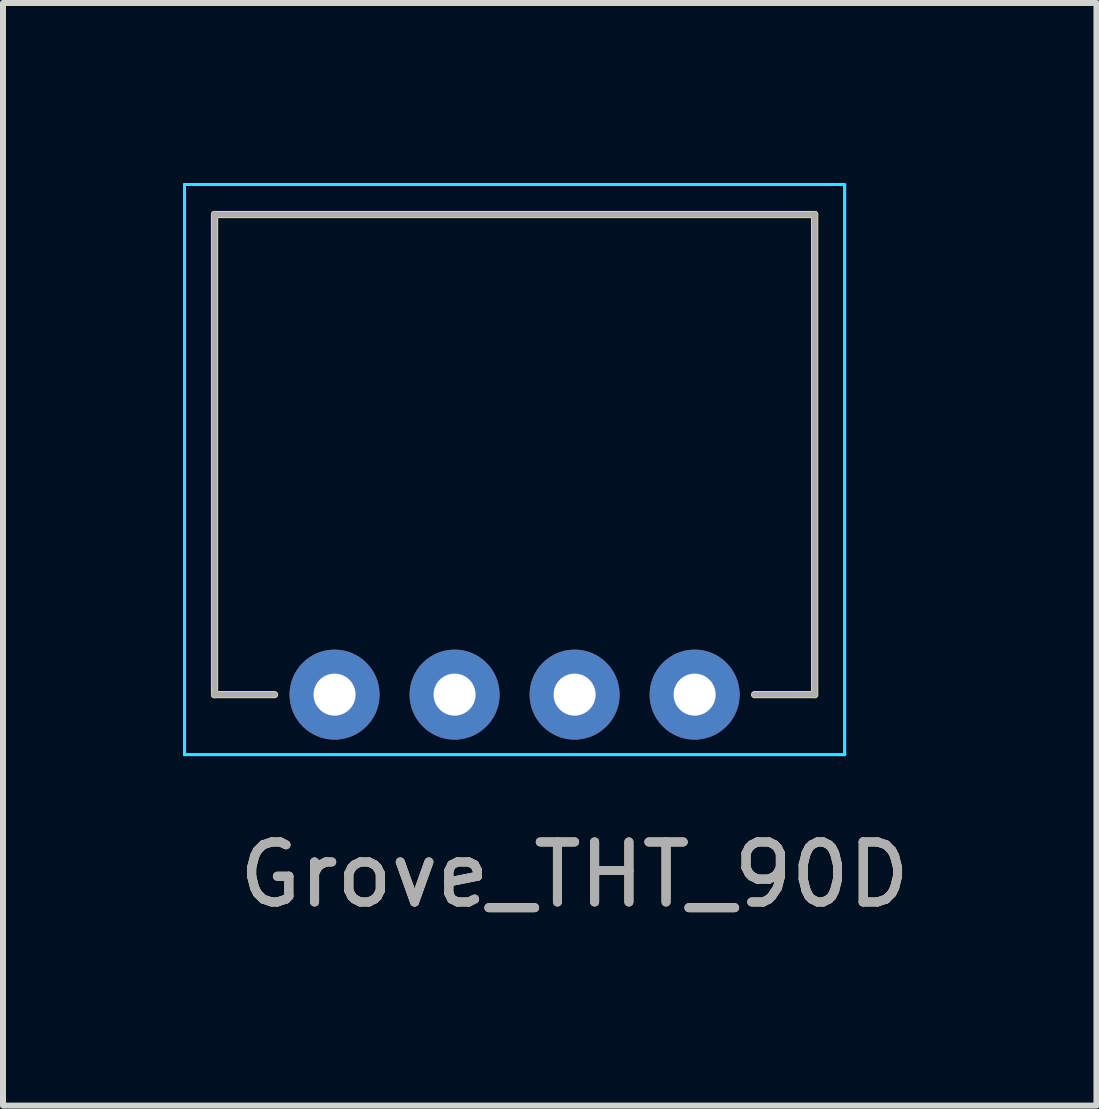
<source format=kicad_pcb>
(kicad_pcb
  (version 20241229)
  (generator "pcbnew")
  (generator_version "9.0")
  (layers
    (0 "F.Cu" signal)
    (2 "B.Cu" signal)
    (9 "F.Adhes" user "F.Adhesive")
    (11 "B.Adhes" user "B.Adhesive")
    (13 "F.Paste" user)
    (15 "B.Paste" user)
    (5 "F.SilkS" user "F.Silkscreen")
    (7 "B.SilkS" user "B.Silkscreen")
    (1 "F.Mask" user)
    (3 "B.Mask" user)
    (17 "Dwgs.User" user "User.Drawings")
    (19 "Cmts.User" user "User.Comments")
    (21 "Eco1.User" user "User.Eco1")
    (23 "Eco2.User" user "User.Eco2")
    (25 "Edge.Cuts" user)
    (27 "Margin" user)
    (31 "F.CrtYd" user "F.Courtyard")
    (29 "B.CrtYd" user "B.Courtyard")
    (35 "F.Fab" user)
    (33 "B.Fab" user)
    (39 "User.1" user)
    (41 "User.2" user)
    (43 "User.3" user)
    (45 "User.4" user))
  (footprint "Grove_THT_90D"
    (layer "F.Cu")
    (at 5.525 8.525)
    (property "Reference" "Grove_THT_90D" (at 1 3 0) (unlocked yes) (layer "F.SilkS") (effects (font (size 1 1) (thickness 0.15))))
    (attr through_hole)
    (fp_line (start -5 -8) (end -5 0) (stroke (width 0.12) (type solid)) (layer "F.SilkS"))
    (fp_line (start -5 0) (end -4 0) (stroke (width 0.12) (type solid)) (layer "F.SilkS"))
    (fp_line (start 5 -8) (end -5 -8) (stroke (width 0.12) (type solid)) (layer "F.SilkS"))
    (fp_line (start 5 0) (end 4 0) (stroke (width 0.12) (type solid)) (layer "F.SilkS"))
    (fp_line (start 5 0) (end 5 -8) (stroke (width 0.12) (type solid)) (layer "F.SilkS"))
    (fp_line (start -5.5 -8.5) (end -5.5 1) (stroke (width 0.05) (type solid)) (layer "B.CrtYd"))
    (fp_line (start -5.5 1) (end 5.5 1) (stroke (width 0.05) (type solid)) (layer "B.CrtYd"))
    (fp_line (start 5.5 -8.5) (end -5.5 -8.5) (stroke (width 0.05) (type solid)) (layer "B.CrtYd"))
    (fp_line (start 5.5 1) (end 5.5 -8.5) (stroke (width 0.05) (type solid)) (layer "B.CrtYd"))
    (fp_line (start -5.5 -8.5) (end -5.5 1) (stroke (width 0.05) (type solid)) (layer "F.CrtYd"))
    (fp_line (start -5.5 1) (end 5.5 1) (stroke (width 0.05) (type solid)) (layer "F.CrtYd"))
    (fp_line (start 5.5 -8.5) (end -5.5 -8.5) (stroke (width 0.05) (type solid)) (layer "F.CrtYd"))
    (fp_line (start 5.5 1) (end 5.5 -8.5) (stroke (width 0.05) (type solid)) (layer "F.CrtYd"))
    (fp_line (start -5 -8) (end -5 0) (stroke (width 0.1) (type solid)) (layer "F.Fab"))
    (fp_line (start -5 0) (end -4 0) (stroke (width 0.1) (type solid)) (layer "F.Fab"))
    (fp_line (start 4 0) (end 5 0) (stroke (width 0.1) (type solid)) (layer "F.Fab"))
    (fp_line (start 5 -8) (end -5 -8) (stroke (width 0.1) (type solid)) (layer "F.Fab"))
    (fp_line (start 5 0) (end 5 -8) (stroke (width 0.1) (type solid)) (layer "F.Fab"))
    (fp_text user "${REFERENCE}" (at 1 3 0) (unlocked yes) (layer "F.Fab") (effects (font (size 1 1) (thickness 0.15))))
    (pad "1" thru_hole circle (at -3 0) (size 1.5 1.5) (drill 0.7) (layers "*.Cu" "*.Mask"))
    (pad "2" thru_hole circle (at -1 0) (size 1.5 1.5) (drill 0.7) (layers "*.Cu" "*.Mask"))
    (pad "3" thru_hole circle (at 1 0) (size 1.5 1.5) (drill 0.7) (layers "*.Cu" "*.Mask"))
    (pad "4" thru_hole circle (at 3 0) (size 1.5 1.5) (drill 0.7) (layers "*.Cu" "*.Mask")))
  (gr_rect
    (start -3 -3)
    (end 15.221 15.373)
    (stroke (width 0.1) (type default))
    (fill no)
    (layer "Edge.Cuts")))
</source>
